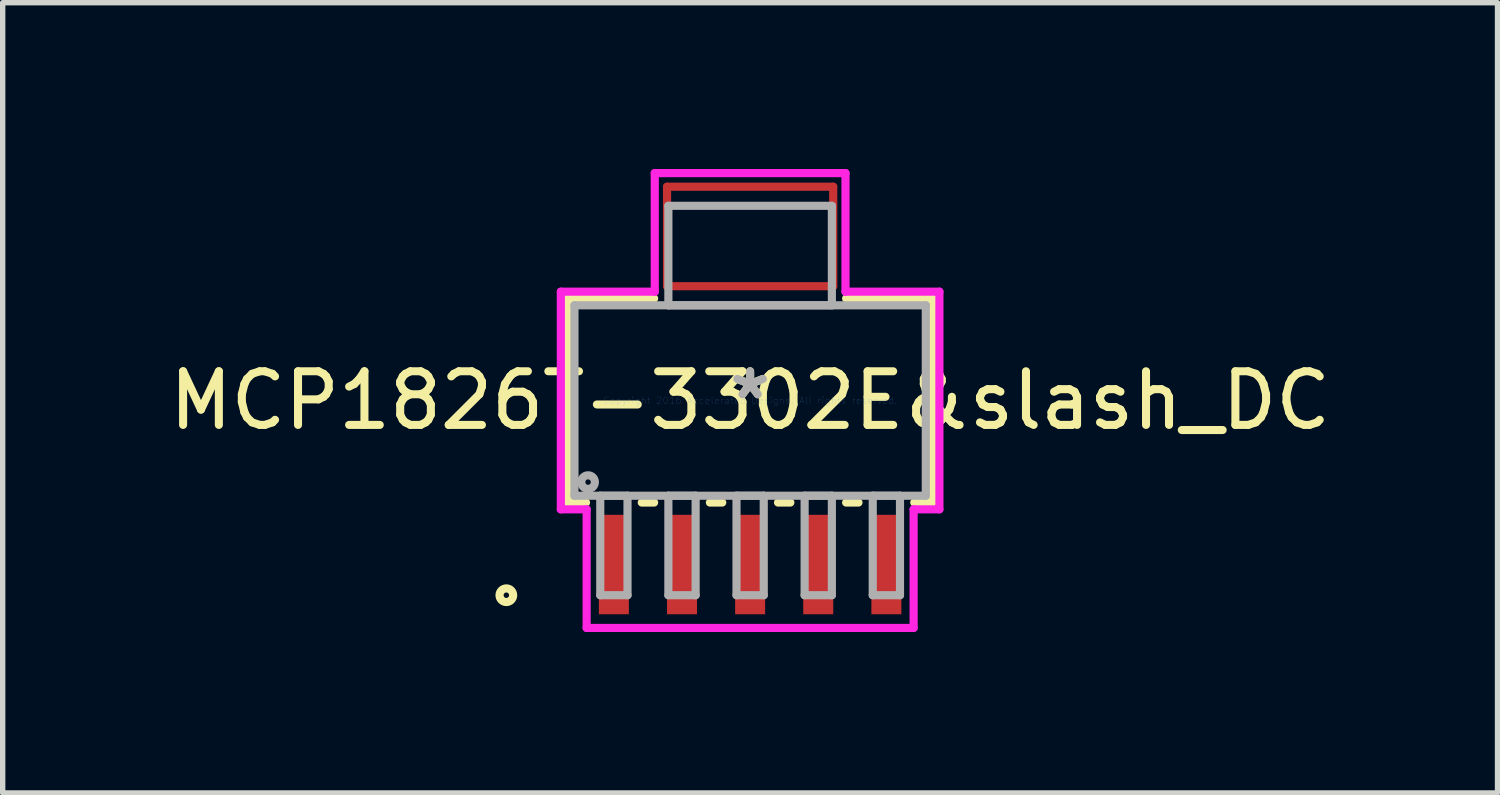
<source format=kicad_pcb>
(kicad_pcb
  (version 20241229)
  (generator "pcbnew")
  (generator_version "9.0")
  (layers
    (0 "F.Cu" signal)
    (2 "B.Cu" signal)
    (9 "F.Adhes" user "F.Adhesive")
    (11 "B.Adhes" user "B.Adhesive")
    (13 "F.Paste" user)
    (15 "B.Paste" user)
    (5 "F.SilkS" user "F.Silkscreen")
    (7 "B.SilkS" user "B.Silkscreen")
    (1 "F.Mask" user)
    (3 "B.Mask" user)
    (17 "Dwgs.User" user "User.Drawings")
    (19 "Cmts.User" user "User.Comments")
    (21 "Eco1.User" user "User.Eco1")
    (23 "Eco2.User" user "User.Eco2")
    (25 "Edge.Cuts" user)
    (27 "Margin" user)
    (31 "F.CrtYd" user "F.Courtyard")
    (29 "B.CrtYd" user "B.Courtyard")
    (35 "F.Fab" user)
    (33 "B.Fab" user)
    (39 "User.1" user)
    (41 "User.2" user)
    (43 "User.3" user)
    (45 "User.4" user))
  (footprint "MCP1826T-3302E&slash_DC"
    (layer "F.Cu")
    (at 10.935 4.417)
    (property "Reference" "MCP1826T-3302E&slash_DC" (at 0 0 0) (layer "F.SilkS") (effects (font (size 1 1) (thickness 0.15))))
    (attr through_hole)
    (fp_line (start -1.549 -3.986) (end -1.549 -2.131) (stroke (width 0.152) (type solid)) (layer "F.Cu"))
    (fp_line (start -1.549 -2.131) (end 1.549 -2.131) (stroke (width 0.152) (type solid)) (layer "F.Cu"))
    (fp_line (start 1.549 -3.986) (end -1.549 -3.986) (stroke (width 0.152) (type solid)) (layer "F.Cu"))
    (fp_line (start 1.549 -2.131) (end 1.549 -3.986) (stroke (width 0.152) (type solid)) (layer "F.Cu"))
    (fp_line (start -1.575 -4.341) (end -1.575 -1.776) (stroke (width 0.152) (type solid)) (layer "F.Mask"))
    (fp_line (start -1.575 -1.776) (end 1.575 -1.776) (stroke (width 0.152) (type solid)) (layer "F.Mask"))
    (fp_line (start 1.575 -4.341) (end -1.575 -4.341) (stroke (width 0.152) (type solid)) (layer "F.Mask"))
    (fp_line (start 1.575 -1.776) (end 1.575 -4.341) (stroke (width 0.152) (type solid)) (layer "F.Mask"))
    (fp_line (start -3.402 -1.902) (end -3.402 1.902) (stroke (width 0.152) (type solid)) (layer "F.SilkS"))
    (fp_line (start -3.402 1.902) (end -3.06 1.902) (stroke (width 0.152) (type solid)) (layer "F.SilkS"))
    (fp_line (start -2.02 1.902) (end -1.79 1.902) (stroke (width 0.152) (type solid)) (layer "F.SilkS"))
    (fp_line (start -1.79 -1.902) (end -3.402 -1.902) (stroke (width 0.152) (type solid)) (layer "F.SilkS"))
    (fp_line (start -0.75 1.902) (end -0.52 1.902) (stroke (width 0.152) (type solid)) (layer "F.SilkS"))
    (fp_line (start 0.52 1.902) (end 0.75 1.902) (stroke (width 0.152) (type solid)) (layer "F.SilkS"))
    (fp_line (start 1.79 1.902) (end 2.02 1.902) (stroke (width 0.152) (type solid)) (layer "F.SilkS"))
    (fp_line (start 3.06 1.902) (end 3.402 1.902) (stroke (width 0.152) (type solid)) (layer "F.SilkS"))
    (fp_line (start 3.402 -1.902) (end 1.79 -1.902) (stroke (width 0.152) (type solid)) (layer "F.SilkS"))
    (fp_line (start 3.402 1.902) (end 3.402 -1.902) (stroke (width 0.152) (type solid)) (layer "F.SilkS"))
    (fp_circle (center -4.545 3.63) (end -4.418 3.63) (stroke (width 0.152) (type solid)) (fill no) (layer "F.SilkS"))
    (fp_line (start -1.549 -3.986) (end -1.549 -2.131) (stroke (width 0.152) (type solid)) (layer "F.Paste"))
    (fp_line (start -1.549 -2.131) (end 1.549 -2.131) (stroke (width 0.152) (type solid)) (layer "F.Paste"))
    (fp_line (start 1.549 -3.986) (end -1.549 -3.986) (stroke (width 0.152) (type solid)) (layer "F.Paste"))
    (fp_line (start 1.549 -2.131) (end 1.549 -3.986) (stroke (width 0.152) (type solid)) (layer "F.Paste"))
    (fp_line (start -3.529 -2.029) (end -1.778 -2.029) (stroke (width 0.152) (type solid)) (layer "F.CrtYd"))
    (fp_line (start -3.529 2.029) (end -3.529 -2.029) (stroke (width 0.152) (type solid)) (layer "F.CrtYd"))
    (fp_line (start -3.048 2.029) (end -3.529 2.029) (stroke (width 0.152) (type solid)) (layer "F.CrtYd"))
    (fp_line (start -3.048 4.24) (end -3.048 2.029) (stroke (width 0.152) (type solid)) (layer "F.CrtYd"))
    (fp_line (start -1.778 -4.24) (end 1.778 -4.24) (stroke (width 0.152) (type solid)) (layer "F.CrtYd"))
    (fp_line (start -1.778 -2.029) (end -1.778 -4.24) (stroke (width 0.152) (type solid)) (layer "F.CrtYd"))
    (fp_line (start 1.778 -4.24) (end 1.778 -2.029) (stroke (width 0.152) (type solid)) (layer "F.CrtYd"))
    (fp_line (start 1.778 -2.029) (end 3.529 -2.029) (stroke (width 0.152) (type solid)) (layer "F.CrtYd"))
    (fp_line (start 3.048 2.029) (end 3.048 4.24) (stroke (width 0.152) (type solid)) (layer "F.CrtYd"))
    (fp_line (start 3.048 4.24) (end -3.048 4.24) (stroke (width 0.152) (type solid)) (layer "F.CrtYd"))
    (fp_line (start 3.529 -2.029) (end 3.529 2.029) (stroke (width 0.152) (type solid)) (layer "F.CrtYd"))
    (fp_line (start 3.529 2.029) (end 3.048 2.029) (stroke (width 0.152) (type solid)) (layer "F.CrtYd"))
    (fp_line (start -3.275 -1.775) (end -3.275 1.775) (stroke (width 0.152) (type solid)) (layer "F.Fab"))
    (fp_line (start -3.275 1.775) (end 3.275 1.775) (stroke (width 0.152) (type solid)) (layer "F.Fab"))
    (fp_line (start -2.794 1.775) (end -2.794 3.63) (stroke (width 0.152) (type solid)) (layer "F.Fab"))
    (fp_line (start -2.794 3.63) (end -2.286 3.63) (stroke (width 0.152) (type solid)) (layer "F.Fab"))
    (fp_line (start -2.286 1.775) (end -2.794 1.775) (stroke (width 0.152) (type solid)) (layer "F.Fab"))
    (fp_line (start -2.286 3.63) (end -2.286 1.775) (stroke (width 0.152) (type solid)) (layer "F.Fab"))
    (fp_line (start -1.524 -3.63) (end -1.524 -1.775) (stroke (width 0.152) (type solid)) (layer "F.Fab"))
    (fp_line (start -1.524 -1.775) (end 1.524 -1.775) (stroke (width 0.152) (type solid)) (layer "F.Fab"))
    (fp_line (start -1.524 1.775) (end -1.524 3.63) (stroke (width 0.152) (type solid)) (layer "F.Fab"))
    (fp_line (start -1.524 3.63) (end -1.016 3.63) (stroke (width 0.152) (type solid)) (layer "F.Fab"))
    (fp_line (start -1.016 1.775) (end -1.524 1.775) (stroke (width 0.152) (type solid)) (layer "F.Fab"))
    (fp_line (start -1.016 3.63) (end -1.016 1.775) (stroke (width 0.152) (type solid)) (layer "F.Fab"))
    (fp_line (start -0.254 1.775) (end -0.254 3.63) (stroke (width 0.152) (type solid)) (layer "F.Fab"))
    (fp_line (start -0.254 3.63) (end 0.254 3.63) (stroke (width 0.152) (type solid)) (layer "F.Fab"))
    (fp_line (start 0.254 1.775) (end -0.254 1.775) (stroke (width 0.152) (type solid)) (layer "F.Fab"))
    (fp_line (start 0.254 3.63) (end 0.254 1.775) (stroke (width 0.152) (type solid)) (layer "F.Fab"))
    (fp_line (start 1.016 1.775) (end 1.016 3.63) (stroke (width 0.152) (type solid)) (layer "F.Fab"))
    (fp_line (start 1.016 3.63) (end 1.524 3.63) (stroke (width 0.152) (type solid)) (layer "F.Fab"))
    (fp_line (start 1.524 -3.63) (end -1.524 -3.63) (stroke (width 0.152) (type solid)) (layer "F.Fab"))
    (fp_line (start 1.524 -1.775) (end 1.524 -3.63) (stroke (width 0.152) (type solid)) (layer "F.Fab"))
    (fp_line (start 1.524 1.775) (end 1.016 1.775) (stroke (width 0.152) (type solid)) (layer "F.Fab"))
    (fp_line (start 1.524 3.63) (end 1.524 1.775) (stroke (width 0.152) (type solid)) (layer "F.Fab"))
    (fp_line (start 2.286 1.775) (end 2.286 3.63) (stroke (width 0.152) (type solid)) (layer "F.Fab"))
    (fp_line (start 2.286 3.63) (end 2.794 3.63) (stroke (width 0.152) (type solid)) (layer "F.Fab"))
    (fp_line (start 2.794 1.775) (end 2.286 1.775) (stroke (width 0.152) (type solid)) (layer "F.Fab"))
    (fp_line (start 2.794 3.63) (end 2.794 1.775) (stroke (width 0.152) (type solid)) (layer "F.Fab"))
    (fp_line (start 3.275 -1.775) (end -3.275 -1.775) (stroke (width 0.152) (type solid)) (layer "F.Fab"))
    (fp_line (start 3.275 1.775) (end 3.275 -1.775) (stroke (width 0.152) (type solid)) (layer "F.Fab"))
    (fp_circle (center -3.021 1.521) (end -2.894 1.521) (stroke (width 0.152) (type solid)) (fill no) (layer "F.Fab"))
    (fp_text user "*" (at 0 0 0) (layer "F.SilkS") (effects (font (size 1 1) (thickness 0.15))))
    (fp_text user "Copyright 2016 Accelerated Designs. All rights reserved." (at 0 0 0) (layer "Cmts.User") (effects (font (size 0.127 0.127) (thickness 0.002))))
    (fp_text user "*" (at 0 0 0) (layer "F.Fab") (effects (font (size 1 1) (thickness 0.15))))
    (pad "1" smd rect (at -2.54 3.058) (size 0.559 1.854) (layers "F.Cu" "F.Mask" "F.Paste"))
    (pad "2" smd rect (at -1.27 3.058) (size 0.559 1.854) (layers "F.Cu" "F.Mask" "F.Paste"))
    (pad "3" smd rect (at 0 3.058) (size 0.559 1.854) (layers "F.Cu" "F.Mask" "F.Paste"))
    (pad "4" smd rect (at 1.27 3.058) (size 0.559 1.854) (layers "F.Cu" "F.Mask" "F.Paste"))
    (pad "5" smd rect (at 2.54 3.058) (size 0.559 1.854) (layers "F.Cu" "F.Mask" "F.Paste")))
  (gr_rect
    (start -3 -3)
    (end 24.869 11.733)
    (stroke (width 0.1) (type default))
    (fill no)
    (layer "Edge.Cuts")))
</source>
